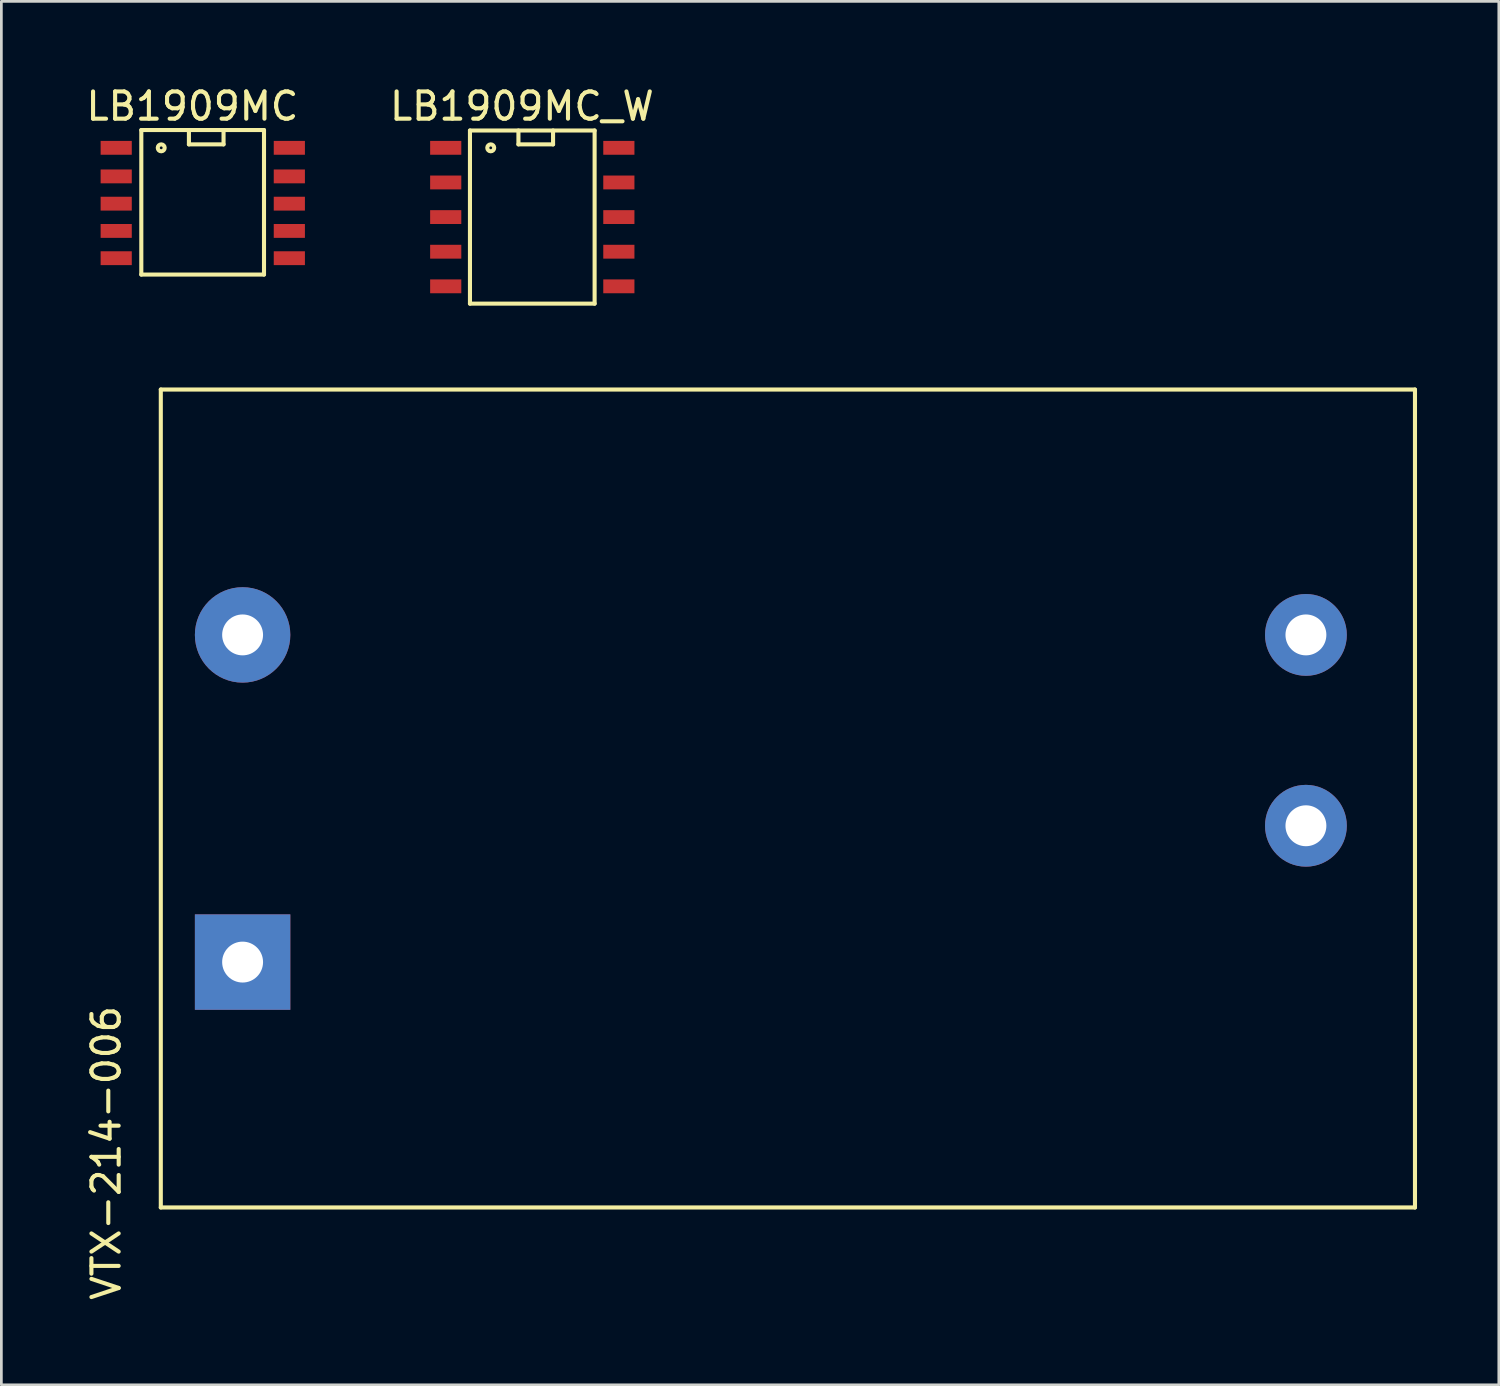
<source format=kicad_pcb>
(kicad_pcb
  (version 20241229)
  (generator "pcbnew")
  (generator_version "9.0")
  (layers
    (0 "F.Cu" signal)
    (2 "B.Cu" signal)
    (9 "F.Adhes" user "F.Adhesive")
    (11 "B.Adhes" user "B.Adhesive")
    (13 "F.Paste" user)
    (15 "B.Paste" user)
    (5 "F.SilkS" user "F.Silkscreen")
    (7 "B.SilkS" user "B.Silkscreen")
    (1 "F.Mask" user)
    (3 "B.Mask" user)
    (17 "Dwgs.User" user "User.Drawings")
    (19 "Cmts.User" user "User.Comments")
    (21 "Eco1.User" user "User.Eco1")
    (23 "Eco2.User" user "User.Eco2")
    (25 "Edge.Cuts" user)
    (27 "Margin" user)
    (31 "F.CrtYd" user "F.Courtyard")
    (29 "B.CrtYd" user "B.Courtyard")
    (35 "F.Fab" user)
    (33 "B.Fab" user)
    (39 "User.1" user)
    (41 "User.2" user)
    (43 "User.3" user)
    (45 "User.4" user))
  (footprint "LB1909MC_W"
    (layer "F.Cu")
    (at 16.219 5.42)
    (property "Reference" "LB1909MC_W" (at -0.127 -4.572 0) (layer "F.SilkS") (effects (font (size 1 1) (thickness 0.15))))
    (attr smd)
    (fp_line (start -2.032 -3.683) (end 2.54 -3.683) (stroke (width 0.15) (type solid)) (layer "F.SilkS"))
    (fp_line (start -2.032 2.667) (end -2.032 -3.683) (stroke (width 0.15) (type solid)) (layer "F.SilkS"))
    (fp_line (start -0.254 -3.175) (end -0.254 -3.683) (stroke (width 0.15) (type solid)) (layer "F.SilkS"))
    (fp_line (start 1.016 -3.683) (end 1.016 -3.175) (stroke (width 0.15) (type solid)) (layer "F.SilkS"))
    (fp_line (start 1.016 -3.175) (end -0.254 -3.175) (stroke (width 0.15) (type solid)) (layer "F.SilkS"))
    (fp_line (start 2.54 -3.683) (end 2.54 2.667) (stroke (width 0.15) (type solid)) (layer "F.SilkS"))
    (fp_line (start 2.54 2.667) (end -2.032 2.667) (stroke (width 0.15) (type solid)) (layer "F.SilkS"))
    (fp_circle (center -1.27 -3.048) (end -1.27 -2.921) (stroke (width 0.15) (type solid)) (fill no) (layer "F.SilkS"))
    (pad "1" smd rect (at -2.921 -3.048 270) (size 0.508 1.143) (layers "F.Cu" "F.Mask" "F.Paste"))
    (pad "2" smd rect (at -2.921 -1.778 270) (size 0.508 1.143) (layers "F.Cu" "F.Mask" "F.Paste"))
    (pad "3" smd rect (at -2.921 -0.508 270) (size 0.508 1.143) (layers "F.Cu" "F.Mask" "F.Paste"))
    (pad "4" smd rect (at -2.921 0.762 270) (size 0.508 1.143) (layers "F.Cu" "F.Mask" "F.Paste"))
    (pad "5" smd rect (at -2.921 2.032 270) (size 0.508 1.143) (layers "F.Cu" "F.Mask" "F.Paste"))
    (pad "6" smd rect (at 3.429 2.032 270) (size 0.508 1.143) (layers "F.Cu" "F.Mask" "F.Paste"))
    (pad "7" smd rect (at 3.429 0.762 270) (size 0.508 1.143) (layers "F.Cu" "F.Mask" "F.Paste"))
    (pad "8" smd rect (at 3.429 -0.508 270) (size 0.508 1.143) (layers "F.Cu" "F.Mask" "F.Paste"))
    (pad "9" smd rect (at 3.429 -1.778 270) (size 0.508 1.143) (layers "F.Cu" "F.Mask" "F.Paste"))
    (pad "10" smd rect (at 3.429 -3.048 270) (size 0.508 1.143) (layers "F.Cu" "F.Mask" "F.Paste")))
  (footprint "LB1909MC"
    (layer "F.Cu")
    (at 4.133 5.42)
    (property "Reference" "LB1909MC" (at -0.127 -4.572 0) (layer "F.SilkS") (effects (font (size 1 1) (thickness 0.15))))
    (attr smd)
    (fp_line (start -2 -3.7) (end -2 1.6) (stroke (width 0.15) (type solid)) (layer "F.SilkS"))
    (fp_line (start -2 1.6) (end 2.5 1.6) (stroke (width 0.15) (type solid)) (layer "F.SilkS"))
    (fp_line (start -0.254 -3.175) (end -0.254 -3.683) (stroke (width 0.15) (type solid)) (layer "F.SilkS"))
    (fp_line (start 1.016 -3.683) (end 1.016 -3.175) (stroke (width 0.15) (type solid)) (layer "F.SilkS"))
    (fp_line (start 1.016 -3.175) (end -0.254 -3.175) (stroke (width 0.15) (type solid)) (layer "F.SilkS"))
    (fp_line (start 2.5 -3.7) (end -2 -3.7) (stroke (width 0.15) (type solid)) (layer "F.SilkS"))
    (fp_line (start 2.5 1.6) (end 2.5 -3.7) (stroke (width 0.15) (type solid)) (layer "F.SilkS"))
    (fp_circle (center -1.27 -3.048) (end -1.27 -2.921) (stroke (width 0.15) (type solid)) (fill no) (layer "F.SilkS"))
    (pad "1" smd rect (at -2.921 -3.048 270) (size 0.508 1.143) (layers "F.Cu" "F.Mask" "F.Paste"))
    (pad "2" smd rect (at -2.921 -2 270) (size 0.508 1.143) (layers "F.Cu" "F.Mask" "F.Paste"))
    (pad "3" smd rect (at -2.921 -1 270) (size 0.508 1.143) (layers "F.Cu" "F.Mask" "F.Paste"))
    (pad "4" smd rect (at -2.921 0 270) (size 0.508 1.143) (layers "F.Cu" "F.Mask" "F.Paste"))
    (pad "5" smd rect (at -2.921 1 270) (size 0.508 1.143) (layers "F.Cu" "F.Mask" "F.Paste"))
    (pad "6" smd rect (at 3.429 1 270) (size 0.508 1.143) (layers "F.Cu" "F.Mask" "F.Paste"))
    (pad "7" smd rect (at 3.429 0 270) (size 0.508 1.143) (layers "F.Cu" "F.Mask" "F.Paste"))
    (pad "8" smd rect (at 3.429 -1 270) (size 0.508 1.143) (layers "F.Cu" "F.Mask" "F.Paste"))
    (pad "9" smd rect (at 3.429 -2 270) (size 0.508 1.143) (layers "F.Cu" "F.Mask" "F.Paste"))
    (pad "10" smd rect (at 3.429 -3.048 270) (size 0.508 1.143) (layers "F.Cu" "F.Mask" "F.Paste")))
  (footprint "VTX-214-006"
    (layer "F.Cu")
    (at 22.848 31.237)
    (property "Reference" "VTX-214-006" (at -22 8 90) (layer "F.SilkS") (effects (font (size 1 1) (thickness 0.15))))
    (attr through_hole)
    (fp_line (start -20 -20) (end 26 -20) (stroke (width 0.15) (type solid)) (layer "F.SilkS"))
    (fp_line (start -20 10) (end -20 -20) (stroke (width 0.15) (type solid)) (layer "F.SilkS"))
    (fp_line (start 26 -20) (end 26 10) (stroke (width 0.15) (type solid)) (layer "F.SilkS"))
    (fp_line (start 26 10) (end -20 10) (stroke (width 0.15) (type solid)) (layer "F.SilkS"))
    (pad "1" thru_hole rect (at -17 1 90) (size 3.5 3.5) (drill 1.5) (layers "*.Cu" "*.Mask"))
    (pad "2" thru_hole circle (at -17 -11) (size 3.5 3.5) (drill 1.5) (layers "*.Cu" "*.Mask"))
    (pad "3" thru_hole circle (at 22 -11) (size 3 3) (drill 1.5) (layers "*.Cu" "*.Mask"))
    (pad "4" thru_hole circle (at 22 -4) (size 3 3) (drill 1.5) (layers "*.Cu" "*.Mask")))
  (gr_rect
    (start -3 -3)
    (end 51.923 47.743)
    (stroke (width 0.1) (type default))
    (fill no)
    (layer "Edge.Cuts")))
</source>
